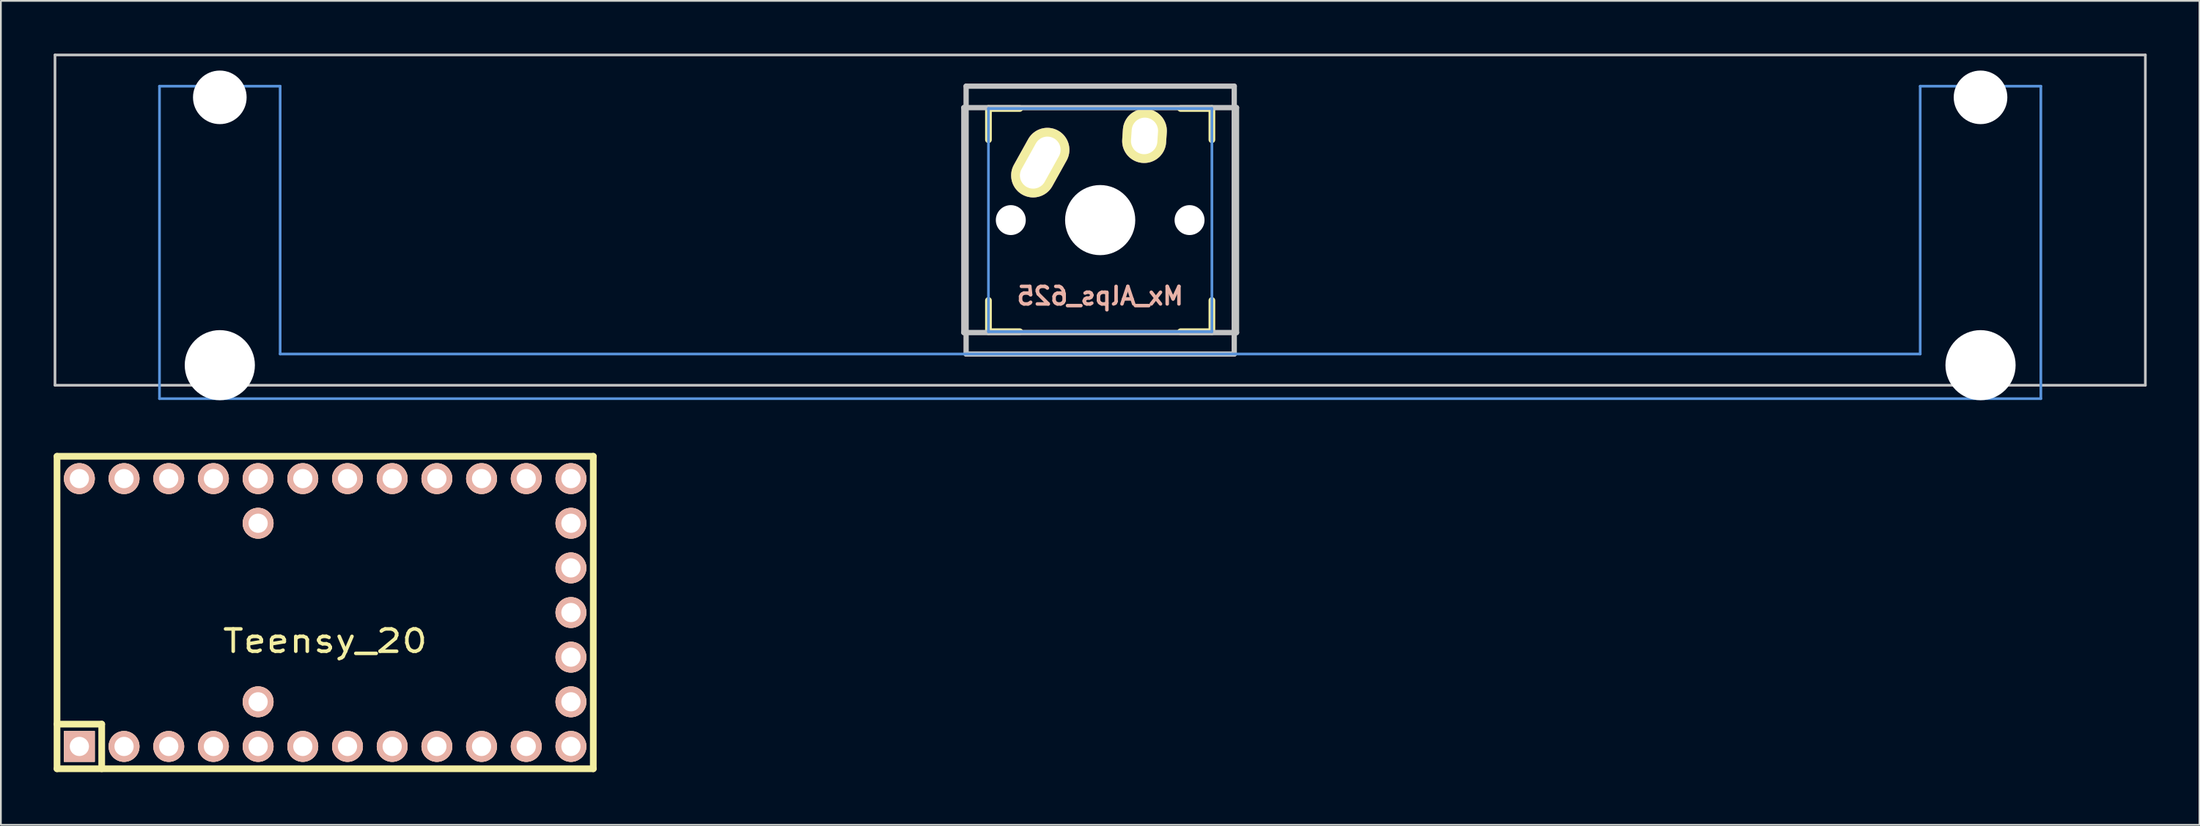
<source format=kicad_pcb>
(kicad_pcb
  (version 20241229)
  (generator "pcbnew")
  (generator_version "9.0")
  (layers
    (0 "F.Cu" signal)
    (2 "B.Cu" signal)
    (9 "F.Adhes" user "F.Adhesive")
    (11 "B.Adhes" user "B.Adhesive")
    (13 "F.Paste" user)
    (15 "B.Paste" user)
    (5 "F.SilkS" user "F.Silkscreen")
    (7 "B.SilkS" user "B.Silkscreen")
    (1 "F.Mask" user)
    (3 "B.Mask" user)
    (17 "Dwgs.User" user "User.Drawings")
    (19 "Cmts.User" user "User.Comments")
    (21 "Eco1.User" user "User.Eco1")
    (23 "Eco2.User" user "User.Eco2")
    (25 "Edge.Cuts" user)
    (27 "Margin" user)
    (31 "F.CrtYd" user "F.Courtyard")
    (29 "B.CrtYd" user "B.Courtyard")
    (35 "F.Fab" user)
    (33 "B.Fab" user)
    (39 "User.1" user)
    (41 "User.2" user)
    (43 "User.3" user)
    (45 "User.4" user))
  (footprint "Teensy_20"
    (layer "F.Cu")
    (at 15.431 31.804)
    (property "Reference" "Teensy_20" (at 0 1.625 0) (layer "F.SilkS") (effects (font (size 1.27 1.524) (thickness 0.203))))
    (attr through_hole)
    (fp_line (start -15.24 -8.89) (end -15.24 8.89) (stroke (width 0.381) (type solid)) (layer "F.SilkS"))
    (fp_line (start -15.24 6.35) (end -12.7 6.35) (stroke (width 0.381) (type solid)) (layer "F.SilkS"))
    (fp_line (start -15.24 8.89) (end 15.24 8.89) (stroke (width 0.381) (type solid)) (layer "F.SilkS"))
    (fp_line (start -12.7 6.35) (end -12.7 8.89) (stroke (width 0.381) (type solid)) (layer "F.SilkS"))
    (fp_line (start 15.24 -8.89) (end -15.24 -8.89) (stroke (width 0.381) (type solid)) (layer "F.SilkS"))
    (fp_line (start 15.24 8.89) (end 15.24 -8.89) (stroke (width 0.381) (type solid)) (layer "F.SilkS"))
    (pad "1" thru_hole rect (at -13.97 7.62) (size 1.753 1.753) (drill 1.092) (layers "*.Cu" "*.SilkS" "*.Mask"))
    (pad "2" thru_hole circle (at -11.43 7.62) (size 1.753 1.753) (drill 1.092) (layers "*.Cu" "*.SilkS" "*.Mask"))
    (pad "3" thru_hole circle (at -8.89 7.62) (size 1.753 1.753) (drill 1.092) (layers "*.Cu" "*.SilkS" "*.Mask"))
    (pad "4" thru_hole circle (at -6.35 7.62) (size 1.753 1.753) (drill 1.092) (layers "*.Cu" "*.SilkS" "*.Mask"))
    (pad "5" thru_hole circle (at -3.81 7.62) (size 1.753 1.753) (drill 1.092) (layers "*.Cu" "*.SilkS" "*.Mask"))
    (pad "6" thru_hole circle (at -1.27 7.62) (size 1.753 1.753) (drill 1.092) (layers "*.Cu" "*.SilkS" "*.Mask"))
    (pad "7" thru_hole circle (at 1.27 7.62) (size 1.753 1.753) (drill 1.092) (layers "*.Cu" "*.SilkS" "*.Mask"))
    (pad "8" thru_hole circle (at 3.81 7.62) (size 1.753 1.753) (drill 1.092) (layers "*.Cu" "*.SilkS" "*.Mask"))
    (pad "9" thru_hole circle (at 6.35 7.62) (size 1.753 1.753) (drill 1.092) (layers "*.Cu" "*.SilkS" "*.Mask"))
    (pad "10" thru_hole circle (at 8.89 7.62) (size 1.753 1.753) (drill 1.092) (layers "*.Cu" "*.SilkS" "*.Mask"))
    (pad "11" thru_hole circle (at 11.43 7.62) (size 1.753 1.753) (drill 1.092) (layers "*.Cu" "*.SilkS" "*.Mask"))
    (pad "12" thru_hole circle (at 13.97 7.62) (size 1.753 1.753) (drill 1.092) (layers "*.Cu" "*.SilkS" "*.Mask"))
    (pad "13" thru_hole circle (at 13.97 5.08 270) (size 1.753 1.753) (drill 1.092) (layers "*.Cu" "*.SilkS" "*.Mask"))
    (pad "14" thru_hole circle (at 13.97 2.54 270) (size 1.753 1.753) (drill 1.092) (layers "*.Cu" "*.SilkS" "*.Mask"))
    (pad "15" thru_hole circle (at 13.97 0 270) (size 1.753 1.753) (drill 1.092) (layers "*.Cu" "*.SilkS" "*.Mask"))
    (pad "16" thru_hole circle (at 13.97 -2.54 270) (size 1.753 1.753) (drill 1.092) (layers "*.Cu" "*.SilkS" "*.Mask"))
    (pad "17" thru_hole circle (at 13.97 -5.08 270) (size 1.753 1.753) (drill 1.092) (layers "*.Cu" "*.SilkS" "*.Mask"))
    (pad "18" thru_hole circle (at 13.97 -7.62) (size 1.753 1.753) (drill 1.092) (layers "*.Cu" "*.SilkS" "*.Mask"))
    (pad "19" thru_hole circle (at 11.43 -7.62) (size 1.753 1.753) (drill 1.092) (layers "*.Cu" "*.SilkS" "*.Mask"))
    (pad "20" thru_hole circle (at 8.89 -7.62) (size 1.753 1.753) (drill 1.092) (layers "*.Cu" "*.SilkS" "*.Mask"))
    (pad "21" thru_hole circle (at 6.35 -7.62) (size 1.753 1.753) (drill 1.092) (layers "*.Cu" "*.SilkS" "*.Mask"))
    (pad "22" thru_hole circle (at 3.81 -7.62) (size 1.753 1.753) (drill 1.092) (layers "*.Cu" "*.SilkS" "*.Mask"))
    (pad "23" thru_hole circle (at 1.27 -7.62) (size 1.753 1.753) (drill 1.092) (layers "*.Cu" "*.SilkS" "*.Mask"))
    (pad "24" thru_hole circle (at -1.27 -7.62) (size 1.753 1.753) (drill 1.092) (layers "*.Cu" "*.SilkS" "*.Mask"))
    (pad "25" thru_hole circle (at -3.81 -7.62) (size 1.753 1.753) (drill 1.092) (layers "*.Cu" "*.SilkS" "*.Mask"))
    (pad "26" thru_hole circle (at -6.35 -7.62) (size 1.753 1.753) (drill 1.092) (layers "*.Cu" "*.SilkS" "*.Mask"))
    (pad "27" thru_hole circle (at -8.89 -7.62) (size 1.753 1.753) (drill 1.092) (layers "*.Cu" "*.SilkS" "*.Mask"))
    (pad "28" thru_hole circle (at -11.43 -7.62) (size 1.753 1.753) (drill 1.092) (layers "*.Cu" "*.SilkS" "*.Mask"))
    (pad "29" thru_hole circle (at -13.97 -7.62) (size 1.753 1.753) (drill 1.092) (layers "*.Cu" "*.SilkS" "*.Mask"))
    (pad "30" thru_hole circle (at -3.81 -5.08 270) (size 1.753 1.753) (drill 1.092) (layers "*.Cu" "*.SilkS" "*.Mask"))
    (pad "31" thru_hole circle (at -3.81 5.08 270) (size 1.753 1.753) (drill 1.092) (layers "*.Cu" "*.SilkS" "*.Mask")))
  (footprint "Mx_Alps_625"
    (layer "F.Cu")
    (at 59.482 9.474)
    (property "Reference" "Mx_Alps_625" (at 0 4.318 0) (layer "B.SilkS") (effects (font (size 1 1) (thickness 0.2)) (justify mirror)))
    (attr through_hole)
    (fp_line (start -6.35 -6.35) (end -4.572 -6.35) (stroke (width 0.381) (type solid)) (layer "F.SilkS"))
    (fp_line (start -6.35 -4.572) (end -6.35 -6.35) (stroke (width 0.381) (type solid)) (layer "F.SilkS"))
    (fp_line (start -6.35 6.35) (end -6.35 4.572) (stroke (width 0.381) (type solid)) (layer "F.SilkS"))
    (fp_line (start -4.572 6.35) (end -6.35 6.35) (stroke (width 0.381) (type solid)) (layer "F.SilkS"))
    (fp_line (start 4.572 -6.35) (end 6.35 -6.35) (stroke (width 0.381) (type solid)) (layer "F.SilkS"))
    (fp_line (start 6.35 -6.35) (end 6.35 -4.572) (stroke (width 0.381) (type solid)) (layer "F.SilkS"))
    (fp_line (start 6.35 4.572) (end 6.35 6.35) (stroke (width 0.381) (type solid)) (layer "F.SilkS"))
    (fp_line (start 6.35 6.35) (end 4.572 6.35) (stroke (width 0.381) (type solid)) (layer "F.SilkS"))
    (fp_line (start -59.406 -9.398) (end 59.406 -9.398) (stroke (width 0.152) (type solid)) (layer "Dwgs.User"))
    (fp_line (start -59.406 9.398) (end -59.406 -9.398) (stroke (width 0.152) (type solid)) (layer "Dwgs.User"))
    (fp_line (start -7.75 6.4) (end -7.75 -6.4) (stroke (width 0.3) (type solid)) (layer "Dwgs.User"))
    (fp_line (start -7.75 6.4) (end 7.75 6.4) (stroke (width 0.3) (type solid)) (layer "Dwgs.User"))
    (fp_line (start -7.62 -7.62) (end 7.62 -7.62) (stroke (width 0.3) (type solid)) (layer "Dwgs.User"))
    (fp_line (start -7.62 7.62) (end -7.62 -7.62) (stroke (width 0.3) (type solid)) (layer "Dwgs.User"))
    (fp_line (start 7.62 -7.62) (end 7.62 7.62) (stroke (width 0.3) (type solid)) (layer "Dwgs.User"))
    (fp_line (start 7.62 7.62) (end -7.62 7.62) (stroke (width 0.3) (type solid)) (layer "Dwgs.User"))
    (fp_line (start 7.75 -6.4) (end -7.75 -6.4) (stroke (width 0.3) (type solid)) (layer "Dwgs.User"))
    (fp_line (start 7.75 6.4) (end 7.75 -6.4) (stroke (width 0.3) (type solid)) (layer "Dwgs.User"))
    (fp_line (start 59.406 -9.398) (end 59.406 9.398) (stroke (width 0.152) (type solid)) (layer "Dwgs.User"))
    (fp_line (start 59.406 9.398) (end -59.406 9.398) (stroke (width 0.152) (type solid)) (layer "Dwgs.User"))
    (fp_line (start -53.467 -7.62) (end -53.467 10.16) (stroke (width 0.152) (type solid)) (layer "Cmts.User"))
    (fp_line (start -53.467 10.16) (end 53.467 10.16) (stroke (width 0.152) (type solid)) (layer "Cmts.User"))
    (fp_line (start -46.609 -7.62) (end -53.467 -7.62) (stroke (width 0.152) (type solid)) (layer "Cmts.User"))
    (fp_line (start -46.609 7.62) (end -46.609 -7.62) (stroke (width 0.152) (type solid)) (layer "Cmts.User"))
    (fp_line (start -6.35 -6.35) (end 6.35 -6.35) (stroke (width 0.152) (type solid)) (layer "Cmts.User"))
    (fp_line (start -6.35 6.35) (end -6.35 -6.35) (stroke (width 0.152) (type solid)) (layer "Cmts.User"))
    (fp_line (start 6.35 -6.35) (end 6.35 6.35) (stroke (width 0.152) (type solid)) (layer "Cmts.User"))
    (fp_line (start 6.35 6.35) (end -6.35 6.35) (stroke (width 0.152) (type solid)) (layer "Cmts.User"))
    (fp_line (start 46.609 -7.62) (end 46.609 7.62) (stroke (width 0.152) (type solid)) (layer "Cmts.User"))
    (fp_line (start 46.609 7.62) (end -46.609 7.62) (stroke (width 0.152) (type solid)) (layer "Cmts.User"))
    (fp_line (start 53.467 -7.62) (end 46.609 -7.62) (stroke (width 0.152) (type solid)) (layer "Cmts.User"))
    (fp_line (start 53.467 10.16) (end 53.467 -7.62) (stroke (width 0.152) (type solid)) (layer "Cmts.User"))
    (fp_line (start -54.229 -2.286) (end -53.365 -2.286) (stroke (width 0.152) (type solid)) (layer "Eco2.User"))
    (fp_line (start -54.229 0.508) (end -54.229 -2.286) (stroke (width 0.152) (type solid)) (layer "Eco2.User"))
    (fp_line (start -53.365 -5.69) (end -46.711 -5.69) (stroke (width 0.152) (type solid)) (layer "Eco2.User"))
    (fp_line (start -53.365 -2.286) (end -53.365 -5.69) (stroke (width 0.152) (type solid)) (layer "Eco2.User"))
    (fp_line (start -53.365 0.508) (end -54.229 0.508) (stroke (width 0.152) (type solid)) (layer "Eco2.User"))
    (fp_line (start -53.365 6.604) (end -53.365 0.508) (stroke (width 0.152) (type solid)) (layer "Eco2.User"))
    (fp_line (start -52.324 6.604) (end -53.365 6.604) (stroke (width 0.152) (type solid)) (layer "Eco2.User"))
    (fp_line (start -52.324 7.772) (end -52.324 6.604) (stroke (width 0.152) (type solid)) (layer "Eco2.User"))
    (fp_line (start -47.752 6.604) (end -47.752 7.772) (stroke (width 0.152) (type solid)) (layer "Eco2.User"))
    (fp_line (start -47.752 7.772) (end -52.324 7.772) (stroke (width 0.152) (type solid)) (layer "Eco2.User"))
    (fp_line (start -46.711 -5.69) (end -46.711 -2.286) (stroke (width 0.152) (type solid)) (layer "Eco2.User"))
    (fp_line (start -46.711 -2.286) (end -6.985 -2.286) (stroke (width 0.152) (type solid)) (layer "Eco2.User"))
    (fp_line (start -46.711 2.286) (end -46.711 6.604) (stroke (width 0.152) (type solid)) (layer "Eco2.User"))
    (fp_line (start -46.711 6.604) (end -47.752 6.604) (stroke (width 0.152) (type solid)) (layer "Eco2.User"))
    (fp_line (start -6.985 -6.985) (end 6.985 -6.985) (stroke (width 0.152) (type solid)) (layer "Eco2.User"))
    (fp_line (start -6.985 -2.286) (end -6.985 -6.985) (stroke (width 0.152) (type solid)) (layer "Eco2.User"))
    (fp_line (start -6.985 2.286) (end -46.711 2.286) (stroke (width 0.152) (type solid)) (layer "Eco2.User"))
    (fp_line (start -6.985 6.985) (end -6.985 2.286) (stroke (width 0.152) (type solid)) (layer "Eco2.User"))
    (fp_line (start 6.985 -6.985) (end 6.985 -2.286) (stroke (width 0.152) (type solid)) (layer "Eco2.User"))
    (fp_line (start 6.985 -2.286) (end 46.711 -2.286) (stroke (width 0.152) (type solid)) (layer "Eco2.User"))
    (fp_line (start 6.985 2.286) (end 6.985 6.985) (stroke (width 0.152) (type solid)) (layer "Eco2.User"))
    (fp_line (start 6.985 6.985) (end -6.985 6.985) (stroke (width 0.152) (type solid)) (layer "Eco2.User"))
    (fp_line (start 46.711 -5.69) (end 53.365 -5.69) (stroke (width 0.152) (type solid)) (layer "Eco2.User"))
    (fp_line (start 46.711 -2.286) (end 46.711 -5.69) (stroke (width 0.152) (type solid)) (layer "Eco2.User"))
    (fp_line (start 46.711 2.286) (end 6.985 2.286) (stroke (width 0.152) (type solid)) (layer "Eco2.User"))
    (fp_line (start 46.711 6.604) (end 46.711 2.286) (stroke (width 0.152) (type solid)) (layer "Eco2.User"))
    (fp_line (start 47.752 6.604) (end 46.711 6.604) (stroke (width 0.152) (type solid)) (layer "Eco2.User"))
    (fp_line (start 47.752 7.772) (end 47.752 6.604) (stroke (width 0.152) (type solid)) (layer "Eco2.User"))
    (fp_line (start 52.324 6.604) (end 52.324 7.772) (stroke (width 0.152) (type solid)) (layer "Eco2.User"))
    (fp_line (start 52.324 7.772) (end 47.752 7.772) (stroke (width 0.152) (type solid)) (layer "Eco2.User"))
    (fp_line (start 53.365 -5.69) (end 53.365 -2.286) (stroke (width 0.152) (type solid)) (layer "Eco2.User"))
    (fp_line (start 53.365 -2.286) (end 54.229 -2.286) (stroke (width 0.152) (type solid)) (layer "Eco2.User"))
    (fp_line (start 53.365 0.508) (end 53.365 6.604) (stroke (width 0.152) (type solid)) (layer "Eco2.User"))
    (fp_line (start 53.365 6.604) (end 52.324 6.604) (stroke (width 0.152) (type solid)) (layer "Eco2.User"))
    (fp_line (start 54.229 -2.286) (end 54.229 0.508) (stroke (width 0.152) (type solid)) (layer "Eco2.User"))
    (fp_line (start 54.229 0.508) (end 53.365 0.508) (stroke (width 0.152) (type solid)) (layer "Eco2.User"))
    (pad "" np_thru_hole circle (at -50.038 -6.985) (size 3.048 3.048) (drill 3.048) (layers "*.Cu"))
    (pad "" np_thru_hole circle (at -50.038 8.255) (size 3.988 3.988) (drill 3.988) (layers "*.Cu"))
    (pad "" np_thru_hole circle (at -5.08 0) (size 1.702 1.702) (drill 1.702) (layers "*.Cu"))
    (pad "" np_thru_hole circle (at 0 0) (size 3.988 3.988) (drill 3.988) (layers "*.Cu"))
    (pad "" np_thru_hole circle (at 5.08 0) (size 1.702 1.702) (drill 1.702) (layers "*.Cu"))
    (pad "" np_thru_hole circle (at 50.038 -6.985) (size 3.048 3.048) (drill 3.048) (layers "*.Cu"))
    (pad "" np_thru_hole circle (at 50.038 8.255) (size 3.988 3.988) (drill 3.988) (layers "*.Cu"))
    (pad "1" thru_hole oval (at -3.405 -3.27 330.95) (size 2.5 4.17) (drill oval 1.5 3.17) (layers "*.Cu" "*.Mask" "F.SilkS"))
    (pad "2" thru_hole oval (at 2.52 -4.79 356.1) (size 2.5 3.08) (drill oval 1.5 2.08) (layers "*.Cu" "*.Mask" "F.SilkS")))
  (gr_rect
    (start -3 -3)
    (end 121.963 43.884)
    (stroke (width 0.1) (type default))
    (fill no)
    (layer "Edge.Cuts")))
</source>
